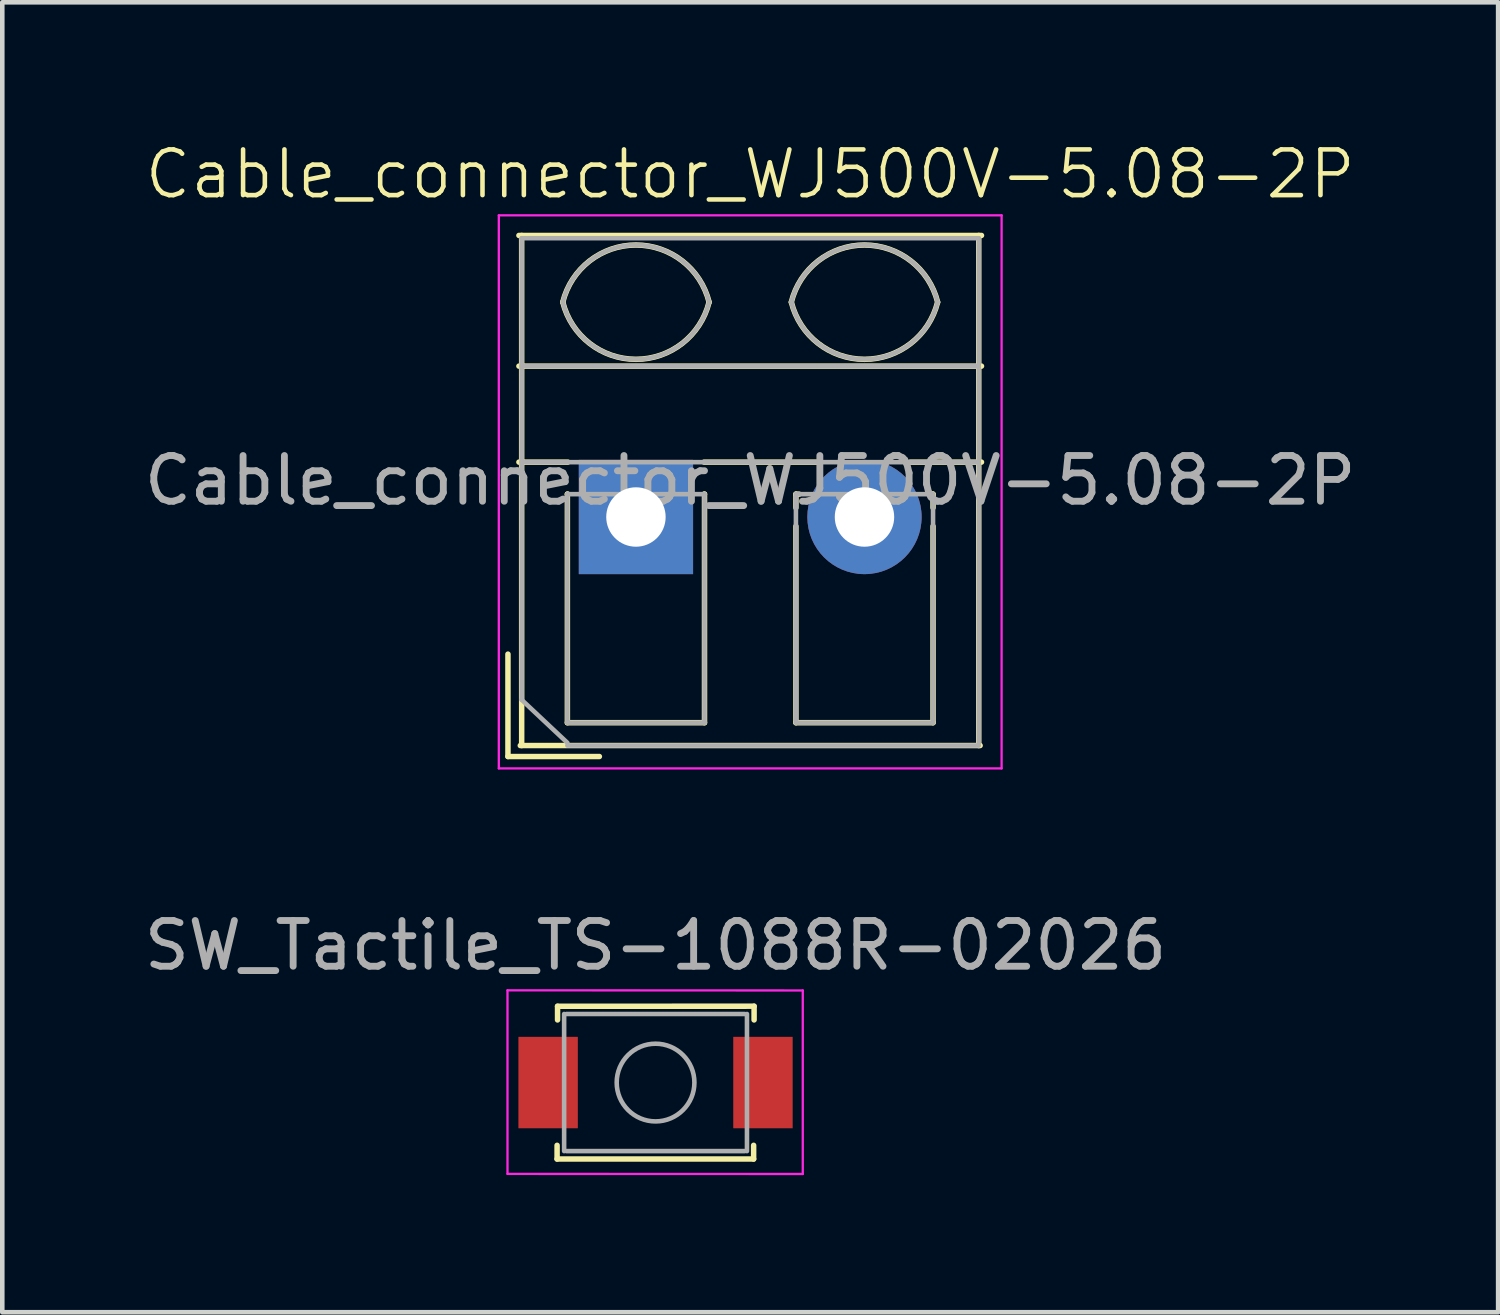
<source format=kicad_pcb>
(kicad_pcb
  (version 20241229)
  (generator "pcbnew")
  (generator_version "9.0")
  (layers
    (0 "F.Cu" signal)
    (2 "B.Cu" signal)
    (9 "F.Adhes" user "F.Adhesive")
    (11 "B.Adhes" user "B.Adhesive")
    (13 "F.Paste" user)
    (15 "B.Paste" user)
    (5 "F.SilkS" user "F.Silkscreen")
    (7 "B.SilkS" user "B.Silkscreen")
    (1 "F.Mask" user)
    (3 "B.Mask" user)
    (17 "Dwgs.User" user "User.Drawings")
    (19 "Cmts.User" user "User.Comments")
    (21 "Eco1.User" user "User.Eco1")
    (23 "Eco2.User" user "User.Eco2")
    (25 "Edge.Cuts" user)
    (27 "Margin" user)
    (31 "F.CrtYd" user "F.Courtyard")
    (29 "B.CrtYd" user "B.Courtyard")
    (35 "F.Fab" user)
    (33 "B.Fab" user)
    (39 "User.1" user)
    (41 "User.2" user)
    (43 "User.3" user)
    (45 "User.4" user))
  (footprint "Cable_connector_WJ500V-5.08-2P"
    (layer "F.Cu")
    (at 13.363 8.761)
    (property "Reference" "Cable_connector_WJ500V-5.08-2P" (at 0 -8 0) (unlocked yes) (layer "F.SilkS") (effects (font (size 1 1) (thickness 0.1))))
    (attr through_hole)
    (fp_line (start -5.3 2.5) (end -5.3 4.74) (stroke (width 0.12) (type solid)) (layer "F.SilkS"))
    (fp_line (start -5.3 4.74) (end -3.3 4.74) (stroke (width 0.12) (type solid)) (layer "F.SilkS"))
    (fp_line (start -5.06 -6.66) (end 5.06 -6.66) (stroke (width 0.12) (type solid)) (layer "F.SilkS"))
    (fp_line (start -5.06 -3.801) (end 5.06 -3.801) (stroke (width 0.12) (type solid)) (layer "F.SilkS"))
    (fp_line (start -5.06 -1.701) (end -3.99 -1.701) (stroke (width 0.12) (type solid)) (layer "F.SilkS"))
    (fp_line (start -5.03 4.5) (end 5.03 4.5) (stroke (width 0.12) (type solid)) (layer "F.SilkS"))
    (fp_line (start -5 -6.66) (end -5 4.5) (stroke (width 0.12) (type solid)) (layer "F.SilkS"))
    (fp_line (start -4 -1) (end -4 4) (stroke (width 0.12) (type solid)) (layer "F.SilkS"))
    (fp_line (start -4 -1) (end -3.99 -1) (stroke (width 0.12) (type solid)) (layer "F.SilkS"))
    (fp_line (start -4 4) (end -1 4) (stroke (width 0.12) (type solid)) (layer "F.SilkS"))
    (fp_line (start -1.01 -1.701) (end 1.5 -1.701) (stroke (width 0.12) (type solid)) (layer "F.SilkS"))
    (fp_line (start -1.01 -1) (end -1 -1) (stroke (width 0.12) (type solid)) (layer "F.SilkS"))
    (fp_line (start -1 -1) (end -1 4) (stroke (width 0.12) (type solid)) (layer "F.SilkS"))
    (fp_line (start 1 -1) (end 1 -0.702) (stroke (width 0.12) (type solid)) (layer "F.SilkS"))
    (fp_line (start 1 -1) (end 1.07 -1) (stroke (width 0.12) (type solid)) (layer "F.SilkS"))
    (fp_line (start 1 -0.298) (end 1 4) (stroke (width 0.12) (type solid)) (layer "F.SilkS"))
    (fp_line (start 1 4) (end 4 4) (stroke (width 0.12) (type solid)) (layer "F.SilkS"))
    (fp_line (start 3.501 -1.701) (end 5.06 -1.701) (stroke (width 0.12) (type solid)) (layer "F.SilkS"))
    (fp_line (start 3.931 -1) (end 4 -1) (stroke (width 0.12) (type solid)) (layer "F.SilkS"))
    (fp_line (start 4 -1) (end 4 -0.702) (stroke (width 0.12) (type solid)) (layer "F.SilkS"))
    (fp_line (start 4 -0.298) (end 4 4) (stroke (width 0.12) (type solid)) (layer "F.SilkS"))
    (fp_line (start 5 -6.66) (end 5 4.5) (stroke (width 0.12) (type solid)) (layer "F.SilkS"))
    (fp_arc (start -4.100914 -5.200344) (mid -2.499823 -6.45097) (end -0.899 -5.2) (stroke (width 0.12) (type solid)) (layer "F.SilkS"))
    (fp_arc (start -0.9 -5.2) (mid -2.500064 -3.95) (end -4.100031 -5.200125) (stroke (width 0.12) (type solid)) (layer "F.SilkS"))
    (fp_arc (start 0.899086 -5.200344) (mid 2.500177 -6.45097) (end 4.101 -5.2) (stroke (width 0.12) (type solid)) (layer "F.SilkS"))
    (fp_arc (start 4.1 -5.2) (mid 2.499936 -3.95) (end 0.899969 -5.200125) (stroke (width 0.12) (type solid)) (layer "F.SilkS"))
    (fp_line (start -5.5 -7.1) (end -5.5 5) (stroke (width 0.05) (type solid)) (layer "F.CrtYd"))
    (fp_line (start -5.5 5) (end 5.5 5) (stroke (width 0.05) (type solid)) (layer "F.CrtYd"))
    (fp_line (start 5.5 -7.1) (end -5.5 -7.1) (stroke (width 0.05) (type solid)) (layer "F.CrtYd"))
    (fp_line (start 5.5 5) (end 5.5 -7.1) (stroke (width 0.05) (type solid)) (layer "F.CrtYd"))
    (fp_line (start -5 -6.6) (end 5 -6.6) (stroke (width 0.1) (type solid)) (layer "F.Fab"))
    (fp_line (start -5 -3.8) (end 5 -3.8) (stroke (width 0.1) (type solid)) (layer "F.Fab"))
    (fp_line (start -5 -1.7) (end 5 -1.7) (stroke (width 0.1) (type solid)) (layer "F.Fab"))
    (fp_line (start -5 3.5) (end -5 -6.6) (stroke (width 0.1) (type solid)) (layer "F.Fab"))
    (fp_line (start -4 -1) (end -4 4) (stroke (width 0.1) (type solid)) (layer "F.Fab"))
    (fp_line (start -4 4) (end -1 4) (stroke (width 0.1) (type solid)) (layer "F.Fab"))
    (fp_line (start -4 4.44) (end -5 3.5) (stroke (width 0.1) (type solid)) (layer "F.Fab"))
    (fp_line (start -1 -1) (end -4 -1) (stroke (width 0.1) (type solid)) (layer "F.Fab"))
    (fp_line (start -1 4) (end -1 -1) (stroke (width 0.1) (type solid)) (layer "F.Fab"))
    (fp_line (start 1 -1) (end 1 4) (stroke (width 0.1) (type solid)) (layer "F.Fab"))
    (fp_line (start 1 4) (end 4 4) (stroke (width 0.1) (type solid)) (layer "F.Fab"))
    (fp_line (start 4 -1) (end 1 -1) (stroke (width 0.1) (type solid)) (layer "F.Fab"))
    (fp_line (start 4 4) (end 4 -1) (stroke (width 0.1) (type solid)) (layer "F.Fab"))
    (fp_line (start 5 -6.6) (end 5 4.44) (stroke (width 0.1) (type solid)) (layer "F.Fab"))
    (fp_line (start 5 4.5) (end -4 4.5) (stroke (width 0.1) (type solid)) (layer "F.Fab"))
    (fp_arc (start -4.100914 -5.200344) (mid -2.499823 -6.45097) (end -0.899 -5.2) (stroke (width 0.1) (type solid)) (layer "F.Fab"))
    (fp_arc (start -0.9 -5.2) (mid -2.500064 -3.95) (end -4.100031 -5.200125) (stroke (width 0.1) (type solid)) (layer "F.Fab"))
    (fp_arc (start 0.899086 -5.200344) (mid 2.500177 -6.45097) (end 4.101 -5.2) (stroke (width 0.1) (type solid)) (layer "F.Fab"))
    (fp_arc (start 4.1 -5.2) (mid 2.499936 -3.95) (end 0.899969 -5.200125) (stroke (width 0.1) (type solid)) (layer "F.Fab"))
    (fp_text user "${REFERENCE}" (at 0 -1.3 0) (layer "F.Fab") (effects (font (size 1 1) (thickness 0.15))))
    (pad "1" thru_hole rect (at -2.5 -0.5) (size 2.5 2.5) (drill 1.3) (layers "*.Cu" "*.Mask"))
    (pad "2" thru_hole circle (at 2.5 -0.5) (size 2.5 2.5) (drill 1.3) (layers "*.Cu" "*.Mask")))
  (footprint "SW_Tactile_TS-1088R-02026"
    (layer "F.Cu")
    (at 11.292 20.634)
    (property "Reference" "SW_Tactile_TS-1088R-02026" (at 0 -3 0) (unlocked yes) (layer "F.SilkS") (effects (font (size 1 1) (thickness 0.1))))
    (attr smd)
    (fp_line (start -2.154 1.373) (end -2.154 1.673) (stroke (width 0.12) (type solid)) (layer "F.SilkS"))
    (fp_line (start -2.154 1.673) (end 2.146 1.673) (stroke (width 0.12) (type solid)) (layer "F.SilkS"))
    (fp_line (start -2.144 -1.669) (end 2.156 -1.67) (stroke (width 0.12) (type solid)) (layer "F.SilkS"))
    (fp_line (start -2.144 -1.37) (end -2.144 -1.669) (stroke (width 0.12) (type solid)) (layer "F.SilkS"))
    (fp_line (start 2.146 1.673) (end 2.146 1.373) (stroke (width 0.12) (type solid)) (layer "F.SilkS"))
    (fp_line (start 2.156 -1.67) (end 2.156 -1.37) (stroke (width 0.12) (type solid)) (layer "F.SilkS"))
    (fp_line (start -3.239 -2.018) (end -3.239 1.998) (stroke (width 0.05) (type solid)) (layer "F.CrtYd"))
    (fp_line (start -3.239 1.998) (end 3.221 2) (stroke (width 0.05) (type solid)) (layer "F.CrtYd"))
    (fp_line (start 3.221 -2.015) (end -3.239 -2.018) (stroke (width 0.05) (type solid)) (layer "F.CrtYd"))
    (fp_line (start 3.221 2) (end 3.221 -2.015) (stroke (width 0.05) (type solid)) (layer "F.CrtYd"))
    (fp_line (start -2 1.5) (end -2 -1.5) (stroke (width 0.1) (type solid)) (layer "F.Fab"))
    (fp_line (start -1.95 -1.5) (end 1.95 -1.5) (stroke (width 0.1) (type solid)) (layer "F.Fab"))
    (fp_line (start 1.95 1.5) (end -1.95 1.5) (stroke (width 0.1) (type solid)) (layer "F.Fab"))
    (fp_line (start 2 -1.5) (end 2 1.5) (stroke (width 0.1) (type solid)) (layer "F.Fab"))
    (fp_circle (center 0 0) (end 0.85 0) (stroke (width 0.1) (type solid)) (fill no) (layer "F.Fab"))
    (fp_text user "${REFERENCE}" (at 0 -3 0) (unlocked yes) (layer "F.Fab") (effects (font (size 1 1) (thickness 0.15))))
    (pad "1" smd rect (at -2.35 0) (size 1.3 2) (layers "F.Cu" "F.Mask" "F.Paste"))
    (pad "2" smd rect (at 2.35 0) (size 1.3 2) (layers "F.Cu" "F.Mask" "F.Paste")))
  (gr_rect
    (start -3 -3)
    (end 29.726 25.659)
    (stroke (width 0.1) (type default))
    (fill no)
    (layer "Edge.Cuts")))
</source>
